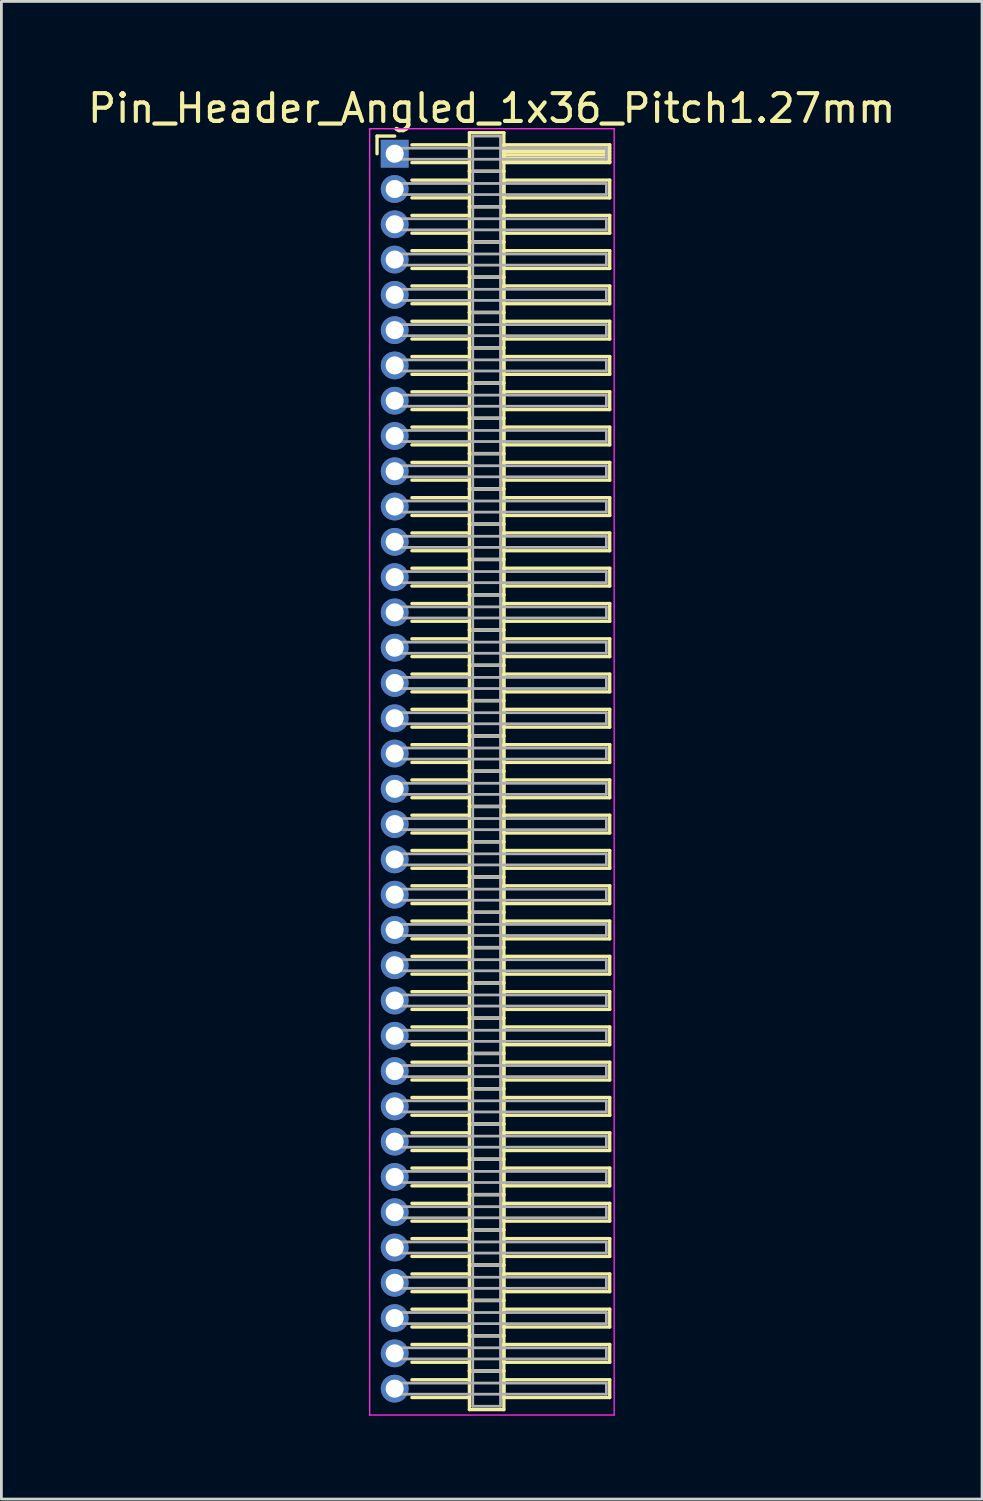
<source format=kicad_pcb>
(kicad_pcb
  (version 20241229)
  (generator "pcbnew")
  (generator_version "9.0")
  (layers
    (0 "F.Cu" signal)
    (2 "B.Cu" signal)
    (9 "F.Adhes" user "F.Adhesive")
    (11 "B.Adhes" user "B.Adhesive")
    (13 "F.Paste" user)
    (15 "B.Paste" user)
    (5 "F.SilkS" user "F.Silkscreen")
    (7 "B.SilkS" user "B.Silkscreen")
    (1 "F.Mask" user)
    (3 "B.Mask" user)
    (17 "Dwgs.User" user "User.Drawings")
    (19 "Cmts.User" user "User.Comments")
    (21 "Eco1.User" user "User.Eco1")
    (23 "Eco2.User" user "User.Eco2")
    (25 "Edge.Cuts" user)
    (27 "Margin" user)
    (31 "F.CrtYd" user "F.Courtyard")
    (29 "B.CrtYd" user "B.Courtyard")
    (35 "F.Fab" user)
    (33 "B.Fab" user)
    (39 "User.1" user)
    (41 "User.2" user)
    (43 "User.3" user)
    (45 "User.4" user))
  (footprint "Pin_Header_Angled_1x36_Pitch1.27mm"
    (layer "F.Cu")
    (at 11.156 2.483)
    (property "Reference" "Pin_Header_Angled_1x36_Pitch1.27mm" (at 3.493 -1.635 0) (layer "F.SilkS") (effects (font (size 1 1) (thickness 0.15))))
    (attr through_hole)
    (fp_line (start -0.635 -0.635) (end 0 -0.635) (stroke (width 0.12) (type solid)) (layer "F.SilkS"))
    (fp_line (start -0.635 0) (end -0.635 -0.635) (stroke (width 0.12) (type solid)) (layer "F.SilkS"))
    (fp_line (start 0.62 -0.32) (end 2.69 -0.32) (stroke (width 0.12) (type solid)) (layer "F.SilkS"))
    (fp_line (start 0.62 0.32) (end 2.69 0.32) (stroke (width 0.12) (type solid)) (layer "F.SilkS"))
    (fp_line (start 0.62 0.95) (end 2.69 0.95) (stroke (width 0.12) (type solid)) (layer "F.SilkS"))
    (fp_line (start 0.62 1.59) (end 2.69 1.59) (stroke (width 0.12) (type solid)) (layer "F.SilkS"))
    (fp_line (start 0.62 2.22) (end 2.69 2.22) (stroke (width 0.12) (type solid)) (layer "F.SilkS"))
    (fp_line (start 0.62 2.86) (end 2.69 2.86) (stroke (width 0.12) (type solid)) (layer "F.SilkS"))
    (fp_line (start 0.62 3.49) (end 2.69 3.49) (stroke (width 0.12) (type solid)) (layer "F.SilkS"))
    (fp_line (start 0.62 4.13) (end 2.69 4.13) (stroke (width 0.12) (type solid)) (layer "F.SilkS"))
    (fp_line (start 0.62 4.76) (end 2.69 4.76) (stroke (width 0.12) (type solid)) (layer "F.SilkS"))
    (fp_line (start 0.62 5.4) (end 2.69 5.4) (stroke (width 0.12) (type solid)) (layer "F.SilkS"))
    (fp_line (start 0.62 6.03) (end 2.69 6.03) (stroke (width 0.12) (type solid)) (layer "F.SilkS"))
    (fp_line (start 0.62 6.67) (end 2.69 6.67) (stroke (width 0.12) (type solid)) (layer "F.SilkS"))
    (fp_line (start 0.62 7.3) (end 2.69 7.3) (stroke (width 0.12) (type solid)) (layer "F.SilkS"))
    (fp_line (start 0.62 7.94) (end 2.69 7.94) (stroke (width 0.12) (type solid)) (layer "F.SilkS"))
    (fp_line (start 0.62 8.57) (end 2.69 8.57) (stroke (width 0.12) (type solid)) (layer "F.SilkS"))
    (fp_line (start 0.62 9.21) (end 2.69 9.21) (stroke (width 0.12) (type solid)) (layer "F.SilkS"))
    (fp_line (start 0.62 9.84) (end 2.69 9.84) (stroke (width 0.12) (type solid)) (layer "F.SilkS"))
    (fp_line (start 0.62 10.48) (end 2.69 10.48) (stroke (width 0.12) (type solid)) (layer "F.SilkS"))
    (fp_line (start 0.62 11.11) (end 2.69 11.11) (stroke (width 0.12) (type solid)) (layer "F.SilkS"))
    (fp_line (start 0.62 11.75) (end 2.69 11.75) (stroke (width 0.12) (type solid)) (layer "F.SilkS"))
    (fp_line (start 0.62 12.38) (end 2.69 12.38) (stroke (width 0.12) (type solid)) (layer "F.SilkS"))
    (fp_line (start 0.62 13.02) (end 2.69 13.02) (stroke (width 0.12) (type solid)) (layer "F.SilkS"))
    (fp_line (start 0.62 13.65) (end 2.69 13.65) (stroke (width 0.12) (type solid)) (layer "F.SilkS"))
    (fp_line (start 0.62 14.29) (end 2.69 14.29) (stroke (width 0.12) (type solid)) (layer "F.SilkS"))
    (fp_line (start 0.62 14.92) (end 2.69 14.92) (stroke (width 0.12) (type solid)) (layer "F.SilkS"))
    (fp_line (start 0.62 15.56) (end 2.69 15.56) (stroke (width 0.12) (type solid)) (layer "F.SilkS"))
    (fp_line (start 0.62 16.19) (end 2.69 16.19) (stroke (width 0.12) (type solid)) (layer "F.SilkS"))
    (fp_line (start 0.62 16.83) (end 2.69 16.83) (stroke (width 0.12) (type solid)) (layer "F.SilkS"))
    (fp_line (start 0.62 17.46) (end 2.69 17.46) (stroke (width 0.12) (type solid)) (layer "F.SilkS"))
    (fp_line (start 0.62 18.1) (end 2.69 18.1) (stroke (width 0.12) (type solid)) (layer "F.SilkS"))
    (fp_line (start 0.62 18.73) (end 2.69 18.73) (stroke (width 0.12) (type solid)) (layer "F.SilkS"))
    (fp_line (start 0.62 19.37) (end 2.69 19.37) (stroke (width 0.12) (type solid)) (layer "F.SilkS"))
    (fp_line (start 0.62 20) (end 2.69 20) (stroke (width 0.12) (type solid)) (layer "F.SilkS"))
    (fp_line (start 0.62 20.64) (end 2.69 20.64) (stroke (width 0.12) (type solid)) (layer "F.SilkS"))
    (fp_line (start 0.62 21.27) (end 2.69 21.27) (stroke (width 0.12) (type solid)) (layer "F.SilkS"))
    (fp_line (start 0.62 21.91) (end 2.69 21.91) (stroke (width 0.12) (type solid)) (layer "F.SilkS"))
    (fp_line (start 0.62 22.54) (end 2.69 22.54) (stroke (width 0.12) (type solid)) (layer "F.SilkS"))
    (fp_line (start 0.62 23.18) (end 2.69 23.18) (stroke (width 0.12) (type solid)) (layer "F.SilkS"))
    (fp_line (start 0.62 23.81) (end 2.69 23.81) (stroke (width 0.12) (type solid)) (layer "F.SilkS"))
    (fp_line (start 0.62 24.45) (end 2.69 24.45) (stroke (width 0.12) (type solid)) (layer "F.SilkS"))
    (fp_line (start 0.62 25.08) (end 2.69 25.08) (stroke (width 0.12) (type solid)) (layer "F.SilkS"))
    (fp_line (start 0.62 25.72) (end 2.69 25.72) (stroke (width 0.12) (type solid)) (layer "F.SilkS"))
    (fp_line (start 0.62 26.35) (end 2.69 26.35) (stroke (width 0.12) (type solid)) (layer "F.SilkS"))
    (fp_line (start 0.62 26.99) (end 2.69 26.99) (stroke (width 0.12) (type solid)) (layer "F.SilkS"))
    (fp_line (start 0.62 27.62) (end 2.69 27.62) (stroke (width 0.12) (type solid)) (layer "F.SilkS"))
    (fp_line (start 0.62 28.26) (end 2.69 28.26) (stroke (width 0.12) (type solid)) (layer "F.SilkS"))
    (fp_line (start 0.62 28.89) (end 2.69 28.89) (stroke (width 0.12) (type solid)) (layer "F.SilkS"))
    (fp_line (start 0.62 29.53) (end 2.69 29.53) (stroke (width 0.12) (type solid)) (layer "F.SilkS"))
    (fp_line (start 0.62 30.16) (end 2.69 30.16) (stroke (width 0.12) (type solid)) (layer "F.SilkS"))
    (fp_line (start 0.62 30.8) (end 2.69 30.8) (stroke (width 0.12) (type solid)) (layer "F.SilkS"))
    (fp_line (start 0.62 31.43) (end 2.69 31.43) (stroke (width 0.12) (type solid)) (layer "F.SilkS"))
    (fp_line (start 0.62 32.07) (end 2.69 32.07) (stroke (width 0.12) (type solid)) (layer "F.SilkS"))
    (fp_line (start 0.62 32.7) (end 2.69 32.7) (stroke (width 0.12) (type solid)) (layer "F.SilkS"))
    (fp_line (start 0.62 33.34) (end 2.69 33.34) (stroke (width 0.12) (type solid)) (layer "F.SilkS"))
    (fp_line (start 0.62 33.97) (end 2.69 33.97) (stroke (width 0.12) (type solid)) (layer "F.SilkS"))
    (fp_line (start 0.62 34.61) (end 2.69 34.61) (stroke (width 0.12) (type solid)) (layer "F.SilkS"))
    (fp_line (start 0.62 35.24) (end 2.69 35.24) (stroke (width 0.12) (type solid)) (layer "F.SilkS"))
    (fp_line (start 0.62 35.88) (end 2.69 35.88) (stroke (width 0.12) (type solid)) (layer "F.SilkS"))
    (fp_line (start 0.62 36.51) (end 2.69 36.51) (stroke (width 0.12) (type solid)) (layer "F.SilkS"))
    (fp_line (start 0.62 37.15) (end 2.69 37.15) (stroke (width 0.12) (type solid)) (layer "F.SilkS"))
    (fp_line (start 0.62 37.78) (end 2.69 37.78) (stroke (width 0.12) (type solid)) (layer "F.SilkS"))
    (fp_line (start 0.62 38.42) (end 2.69 38.42) (stroke (width 0.12) (type solid)) (layer "F.SilkS"))
    (fp_line (start 0.62 39.05) (end 2.69 39.05) (stroke (width 0.12) (type solid)) (layer "F.SilkS"))
    (fp_line (start 0.62 39.69) (end 2.69 39.69) (stroke (width 0.12) (type solid)) (layer "F.SilkS"))
    (fp_line (start 0.62 40.32) (end 2.69 40.32) (stroke (width 0.12) (type solid)) (layer "F.SilkS"))
    (fp_line (start 0.62 40.96) (end 2.69 40.96) (stroke (width 0.12) (type solid)) (layer "F.SilkS"))
    (fp_line (start 0.62 41.59) (end 2.69 41.59) (stroke (width 0.12) (type solid)) (layer "F.SilkS"))
    (fp_line (start 0.62 42.23) (end 2.69 42.23) (stroke (width 0.12) (type solid)) (layer "F.SilkS"))
    (fp_line (start 0.62 42.86) (end 2.69 42.86) (stroke (width 0.12) (type solid)) (layer "F.SilkS"))
    (fp_line (start 0.62 43.5) (end 2.69 43.5) (stroke (width 0.12) (type solid)) (layer "F.SilkS"))
    (fp_line (start 0.62 44.13) (end 2.69 44.13) (stroke (width 0.12) (type solid)) (layer "F.SilkS"))
    (fp_line (start 0.62 44.77) (end 2.69 44.77) (stroke (width 0.12) (type solid)) (layer "F.SilkS"))
    (fp_line (start 2.69 -0.755) (end 2.69 0.635) (stroke (width 0.12) (type solid)) (layer "F.SilkS"))
    (fp_line (start 2.69 0.635) (end 2.69 1.905) (stroke (width 0.12) (type solid)) (layer "F.SilkS"))
    (fp_line (start 2.69 0.635) (end 3.93 0.635) (stroke (width 0.12) (type solid)) (layer "F.SilkS"))
    (fp_line (start 2.69 1.905) (end 2.69 3.175) (stroke (width 0.12) (type solid)) (layer "F.SilkS"))
    (fp_line (start 2.69 1.905) (end 3.93 1.905) (stroke (width 0.12) (type solid)) (layer "F.SilkS"))
    (fp_line (start 2.69 3.175) (end 2.69 4.445) (stroke (width 0.12) (type solid)) (layer "F.SilkS"))
    (fp_line (start 2.69 3.175) (end 3.93 3.175) (stroke (width 0.12) (type solid)) (layer "F.SilkS"))
    (fp_line (start 2.69 4.445) (end 2.69 5.715) (stroke (width 0.12) (type solid)) (layer "F.SilkS"))
    (fp_line (start 2.69 4.445) (end 3.93 4.445) (stroke (width 0.12) (type solid)) (layer "F.SilkS"))
    (fp_line (start 2.69 5.715) (end 2.69 6.985) (stroke (width 0.12) (type solid)) (layer "F.SilkS"))
    (fp_line (start 2.69 5.715) (end 3.93 5.715) (stroke (width 0.12) (type solid)) (layer "F.SilkS"))
    (fp_line (start 2.69 6.985) (end 2.69 8.255) (stroke (width 0.12) (type solid)) (layer "F.SilkS"))
    (fp_line (start 2.69 6.985) (end 3.93 6.985) (stroke (width 0.12) (type solid)) (layer "F.SilkS"))
    (fp_line (start 2.69 8.255) (end 2.69 9.525) (stroke (width 0.12) (type solid)) (layer "F.SilkS"))
    (fp_line (start 2.69 8.255) (end 3.93 8.255) (stroke (width 0.12) (type solid)) (layer "F.SilkS"))
    (fp_line (start 2.69 9.525) (end 2.69 10.795) (stroke (width 0.12) (type solid)) (layer "F.SilkS"))
    (fp_line (start 2.69 9.525) (end 3.93 9.525) (stroke (width 0.12) (type solid)) (layer "F.SilkS"))
    (fp_line (start 2.69 10.795) (end 2.69 12.065) (stroke (width 0.12) (type solid)) (layer "F.SilkS"))
    (fp_line (start 2.69 10.795) (end 3.93 10.795) (stroke (width 0.12) (type solid)) (layer "F.SilkS"))
    (fp_line (start 2.69 12.065) (end 2.69 13.335) (stroke (width 0.12) (type solid)) (layer "F.SilkS"))
    (fp_line (start 2.69 12.065) (end 3.93 12.065) (stroke (width 0.12) (type solid)) (layer "F.SilkS"))
    (fp_line (start 2.69 13.335) (end 2.69 14.605) (stroke (width 0.12) (type solid)) (layer "F.SilkS"))
    (fp_line (start 2.69 13.335) (end 3.93 13.335) (stroke (width 0.12) (type solid)) (layer "F.SilkS"))
    (fp_line (start 2.69 14.605) (end 2.69 15.875) (stroke (width 0.12) (type solid)) (layer "F.SilkS"))
    (fp_line (start 2.69 14.605) (end 3.93 14.605) (stroke (width 0.12) (type solid)) (layer "F.SilkS"))
    (fp_line (start 2.69 15.875) (end 2.69 17.145) (stroke (width 0.12) (type solid)) (layer "F.SilkS"))
    (fp_line (start 2.69 15.875) (end 3.93 15.875) (stroke (width 0.12) (type solid)) (layer "F.SilkS"))
    (fp_line (start 2.69 17.145) (end 2.69 18.415) (stroke (width 0.12) (type solid)) (layer "F.SilkS"))
    (fp_line (start 2.69 17.145) (end 3.93 17.145) (stroke (width 0.12) (type solid)) (layer "F.SilkS"))
    (fp_line (start 2.69 18.415) (end 2.69 19.685) (stroke (width 0.12) (type solid)) (layer "F.SilkS"))
    (fp_line (start 2.69 18.415) (end 3.93 18.415) (stroke (width 0.12) (type solid)) (layer "F.SilkS"))
    (fp_line (start 2.69 19.685) (end 2.69 20.955) (stroke (width 0.12) (type solid)) (layer "F.SilkS"))
    (fp_line (start 2.69 19.685) (end 3.93 19.685) (stroke (width 0.12) (type solid)) (layer "F.SilkS"))
    (fp_line (start 2.69 20.955) (end 2.69 22.225) (stroke (width 0.12) (type solid)) (layer "F.SilkS"))
    (fp_line (start 2.69 20.955) (end 3.93 20.955) (stroke (width 0.12) (type solid)) (layer "F.SilkS"))
    (fp_line (start 2.69 22.225) (end 2.69 23.495) (stroke (width 0.12) (type solid)) (layer "F.SilkS"))
    (fp_line (start 2.69 22.225) (end 3.93 22.225) (stroke (width 0.12) (type solid)) (layer "F.SilkS"))
    (fp_line (start 2.69 23.495) (end 2.69 24.765) (stroke (width 0.12) (type solid)) (layer "F.SilkS"))
    (fp_line (start 2.69 23.495) (end 3.93 23.495) (stroke (width 0.12) (type solid)) (layer "F.SilkS"))
    (fp_line (start 2.69 24.765) (end 2.69 26.035) (stroke (width 0.12) (type solid)) (layer "F.SilkS"))
    (fp_line (start 2.69 24.765) (end 3.93 24.765) (stroke (width 0.12) (type solid)) (layer "F.SilkS"))
    (fp_line (start 2.69 26.035) (end 2.69 27.305) (stroke (width 0.12) (type solid)) (layer "F.SilkS"))
    (fp_line (start 2.69 26.035) (end 3.93 26.035) (stroke (width 0.12) (type solid)) (layer "F.SilkS"))
    (fp_line (start 2.69 27.305) (end 2.69 28.575) (stroke (width 0.12) (type solid)) (layer "F.SilkS"))
    (fp_line (start 2.69 27.305) (end 3.93 27.305) (stroke (width 0.12) (type solid)) (layer "F.SilkS"))
    (fp_line (start 2.69 28.575) (end 2.69 29.845) (stroke (width 0.12) (type solid)) (layer "F.SilkS"))
    (fp_line (start 2.69 28.575) (end 3.93 28.575) (stroke (width 0.12) (type solid)) (layer "F.SilkS"))
    (fp_line (start 2.69 29.845) (end 2.69 31.115) (stroke (width 0.12) (type solid)) (layer "F.SilkS"))
    (fp_line (start 2.69 29.845) (end 3.93 29.845) (stroke (width 0.12) (type solid)) (layer "F.SilkS"))
    (fp_line (start 2.69 31.115) (end 2.69 32.385) (stroke (width 0.12) (type solid)) (layer "F.SilkS"))
    (fp_line (start 2.69 31.115) (end 3.93 31.115) (stroke (width 0.12) (type solid)) (layer "F.SilkS"))
    (fp_line (start 2.69 32.385) (end 2.69 33.655) (stroke (width 0.12) (type solid)) (layer "F.SilkS"))
    (fp_line (start 2.69 32.385) (end 3.93 32.385) (stroke (width 0.12) (type solid)) (layer "F.SilkS"))
    (fp_line (start 2.69 33.655) (end 2.69 34.925) (stroke (width 0.12) (type solid)) (layer "F.SilkS"))
    (fp_line (start 2.69 33.655) (end 3.93 33.655) (stroke (width 0.12) (type solid)) (layer "F.SilkS"))
    (fp_line (start 2.69 34.925) (end 2.69 36.195) (stroke (width 0.12) (type solid)) (layer "F.SilkS"))
    (fp_line (start 2.69 34.925) (end 3.93 34.925) (stroke (width 0.12) (type solid)) (layer "F.SilkS"))
    (fp_line (start 2.69 36.195) (end 2.69 37.465) (stroke (width 0.12) (type solid)) (layer "F.SilkS"))
    (fp_line (start 2.69 36.195) (end 3.93 36.195) (stroke (width 0.12) (type solid)) (layer "F.SilkS"))
    (fp_line (start 2.69 37.465) (end 2.69 38.735) (stroke (width 0.12) (type solid)) (layer "F.SilkS"))
    (fp_line (start 2.69 37.465) (end 3.93 37.465) (stroke (width 0.12) (type solid)) (layer "F.SilkS"))
    (fp_line (start 2.69 38.735) (end 2.69 40.005) (stroke (width 0.12) (type solid)) (layer "F.SilkS"))
    (fp_line (start 2.69 38.735) (end 3.93 38.735) (stroke (width 0.12) (type solid)) (layer "F.SilkS"))
    (fp_line (start 2.69 40.005) (end 2.69 41.275) (stroke (width 0.12) (type solid)) (layer "F.SilkS"))
    (fp_line (start 2.69 40.005) (end 3.93 40.005) (stroke (width 0.12) (type solid)) (layer "F.SilkS"))
    (fp_line (start 2.69 41.275) (end 2.69 42.545) (stroke (width 0.12) (type solid)) (layer "F.SilkS"))
    (fp_line (start 2.69 41.275) (end 3.93 41.275) (stroke (width 0.12) (type solid)) (layer "F.SilkS"))
    (fp_line (start 2.69 42.545) (end 2.69 43.815) (stroke (width 0.12) (type solid)) (layer "F.SilkS"))
    (fp_line (start 2.69 42.545) (end 3.93 42.545) (stroke (width 0.12) (type solid)) (layer "F.SilkS"))
    (fp_line (start 2.69 43.815) (end 2.69 45.205) (stroke (width 0.12) (type solid)) (layer "F.SilkS"))
    (fp_line (start 2.69 43.815) (end 3.93 43.815) (stroke (width 0.12) (type solid)) (layer "F.SilkS"))
    (fp_line (start 2.69 45.205) (end 3.93 45.205) (stroke (width 0.12) (type solid)) (layer "F.SilkS"))
    (fp_line (start 3.93 -0.755) (end 2.69 -0.755) (stroke (width 0.12) (type solid)) (layer "F.SilkS"))
    (fp_line (start 3.93 -0.32) (end 3.93 0.32) (stroke (width 0.12) (type solid)) (layer "F.SilkS"))
    (fp_line (start 3.93 -0.2) (end 7.74 -0.2) (stroke (width 0.12) (type solid)) (layer "F.SilkS"))
    (fp_line (start 3.93 -0.08) (end 7.74 -0.08) (stroke (width 0.12) (type solid)) (layer "F.SilkS"))
    (fp_line (start 3.93 0.04) (end 7.74 0.04) (stroke (width 0.12) (type solid)) (layer "F.SilkS"))
    (fp_line (start 3.93 0.16) (end 7.74 0.16) (stroke (width 0.12) (type solid)) (layer "F.SilkS"))
    (fp_line (start 3.93 0.28) (end 7.74 0.28) (stroke (width 0.12) (type solid)) (layer "F.SilkS"))
    (fp_line (start 3.93 0.32) (end 7.74 0.32) (stroke (width 0.12) (type solid)) (layer "F.SilkS"))
    (fp_line (start 3.93 0.635) (end 2.69 0.635) (stroke (width 0.12) (type solid)) (layer "F.SilkS"))
    (fp_line (start 3.93 0.635) (end 3.93 -0.755) (stroke (width 0.12) (type solid)) (layer "F.SilkS"))
    (fp_line (start 3.93 0.95) (end 3.93 1.59) (stroke (width 0.12) (type solid)) (layer "F.SilkS"))
    (fp_line (start 3.93 1.59) (end 7.74 1.59) (stroke (width 0.12) (type solid)) (layer "F.SilkS"))
    (fp_line (start 3.93 1.905) (end 2.69 1.905) (stroke (width 0.12) (type solid)) (layer "F.SilkS"))
    (fp_line (start 3.93 1.905) (end 3.93 0.635) (stroke (width 0.12) (type solid)) (layer "F.SilkS"))
    (fp_line (start 3.93 2.22) (end 3.93 2.86) (stroke (width 0.12) (type solid)) (layer "F.SilkS"))
    (fp_line (start 3.93 2.86) (end 7.74 2.86) (stroke (width 0.12) (type solid)) (layer "F.SilkS"))
    (fp_line (start 3.93 3.175) (end 2.69 3.175) (stroke (width 0.12) (type solid)) (layer "F.SilkS"))
    (fp_line (start 3.93 3.175) (end 3.93 1.905) (stroke (width 0.12) (type solid)) (layer "F.SilkS"))
    (fp_line (start 3.93 3.49) (end 3.93 4.13) (stroke (width 0.12) (type solid)) (layer "F.SilkS"))
    (fp_line (start 3.93 4.13) (end 7.74 4.13) (stroke (width 0.12) (type solid)) (layer "F.SilkS"))
    (fp_line (start 3.93 4.445) (end 2.69 4.445) (stroke (width 0.12) (type solid)) (layer "F.SilkS"))
    (fp_line (start 3.93 4.445) (end 3.93 3.175) (stroke (width 0.12) (type solid)) (layer "F.SilkS"))
    (fp_line (start 3.93 4.76) (end 3.93 5.4) (stroke (width 0.12) (type solid)) (layer "F.SilkS"))
    (fp_line (start 3.93 5.4) (end 7.74 5.4) (stroke (width 0.12) (type solid)) (layer "F.SilkS"))
    (fp_line (start 3.93 5.715) (end 2.69 5.715) (stroke (width 0.12) (type solid)) (layer "F.SilkS"))
    (fp_line (start 3.93 5.715) (end 3.93 4.445) (stroke (width 0.12) (type solid)) (layer "F.SilkS"))
    (fp_line (start 3.93 6.03) (end 3.93 6.67) (stroke (width 0.12) (type solid)) (layer "F.SilkS"))
    (fp_line (start 3.93 6.67) (end 7.74 6.67) (stroke (width 0.12) (type solid)) (layer "F.SilkS"))
    (fp_line (start 3.93 6.985) (end 2.69 6.985) (stroke (width 0.12) (type solid)) (layer "F.SilkS"))
    (fp_line (start 3.93 6.985) (end 3.93 5.715) (stroke (width 0.12) (type solid)) (layer "F.SilkS"))
    (fp_line (start 3.93 7.3) (end 3.93 7.94) (stroke (width 0.12) (type solid)) (layer "F.SilkS"))
    (fp_line (start 3.93 7.94) (end 7.74 7.94) (stroke (width 0.12) (type solid)) (layer "F.SilkS"))
    (fp_line (start 3.93 8.255) (end 2.69 8.255) (stroke (width 0.12) (type solid)) (layer "F.SilkS"))
    (fp_line (start 3.93 8.255) (end 3.93 6.985) (stroke (width 0.12) (type solid)) (layer "F.SilkS"))
    (fp_line (start 3.93 8.57) (end 3.93 9.21) (stroke (width 0.12) (type solid)) (layer "F.SilkS"))
    (fp_line (start 3.93 9.21) (end 7.74 9.21) (stroke (width 0.12) (type solid)) (layer "F.SilkS"))
    (fp_line (start 3.93 9.525) (end 2.69 9.525) (stroke (width 0.12) (type solid)) (layer "F.SilkS"))
    (fp_line (start 3.93 9.525) (end 3.93 8.255) (stroke (width 0.12) (type solid)) (layer "F.SilkS"))
    (fp_line (start 3.93 9.84) (end 3.93 10.48) (stroke (width 0.12) (type solid)) (layer "F.SilkS"))
    (fp_line (start 3.93 10.48) (end 7.74 10.48) (stroke (width 0.12) (type solid)) (layer "F.SilkS"))
    (fp_line (start 3.93 10.795) (end 2.69 10.795) (stroke (width 0.12) (type solid)) (layer "F.SilkS"))
    (fp_line (start 3.93 10.795) (end 3.93 9.525) (stroke (width 0.12) (type solid)) (layer "F.SilkS"))
    (fp_line (start 3.93 11.11) (end 3.93 11.75) (stroke (width 0.12) (type solid)) (layer "F.SilkS"))
    (fp_line (start 3.93 11.75) (end 7.74 11.75) (stroke (width 0.12) (type solid)) (layer "F.SilkS"))
    (fp_line (start 3.93 12.065) (end 2.69 12.065) (stroke (width 0.12) (type solid)) (layer "F.SilkS"))
    (fp_line (start 3.93 12.065) (end 3.93 10.795) (stroke (width 0.12) (type solid)) (layer "F.SilkS"))
    (fp_line (start 3.93 12.38) (end 3.93 13.02) (stroke (width 0.12) (type solid)) (layer "F.SilkS"))
    (fp_line (start 3.93 13.02) (end 7.74 13.02) (stroke (width 0.12) (type solid)) (layer "F.SilkS"))
    (fp_line (start 3.93 13.335) (end 2.69 13.335) (stroke (width 0.12) (type solid)) (layer "F.SilkS"))
    (fp_line (start 3.93 13.335) (end 3.93 12.065) (stroke (width 0.12) (type solid)) (layer "F.SilkS"))
    (fp_line (start 3.93 13.65) (end 3.93 14.29) (stroke (width 0.12) (type solid)) (layer "F.SilkS"))
    (fp_line (start 3.93 14.29) (end 7.74 14.29) (stroke (width 0.12) (type solid)) (layer "F.SilkS"))
    (fp_line (start 3.93 14.605) (end 2.69 14.605) (stroke (width 0.12) (type solid)) (layer "F.SilkS"))
    (fp_line (start 3.93 14.605) (end 3.93 13.335) (stroke (width 0.12) (type solid)) (layer "F.SilkS"))
    (fp_line (start 3.93 14.92) (end 3.93 15.56) (stroke (width 0.12) (type solid)) (layer "F.SilkS"))
    (fp_line (start 3.93 15.56) (end 7.74 15.56) (stroke (width 0.12) (type solid)) (layer "F.SilkS"))
    (fp_line (start 3.93 15.875) (end 2.69 15.875) (stroke (width 0.12) (type solid)) (layer "F.SilkS"))
    (fp_line (start 3.93 15.875) (end 3.93 14.605) (stroke (width 0.12) (type solid)) (layer "F.SilkS"))
    (fp_line (start 3.93 16.19) (end 3.93 16.83) (stroke (width 0.12) (type solid)) (layer "F.SilkS"))
    (fp_line (start 3.93 16.83) (end 7.74 16.83) (stroke (width 0.12) (type solid)) (layer "F.SilkS"))
    (fp_line (start 3.93 17.145) (end 2.69 17.145) (stroke (width 0.12) (type solid)) (layer "F.SilkS"))
    (fp_line (start 3.93 17.145) (end 3.93 15.875) (stroke (width 0.12) (type solid)) (layer "F.SilkS"))
    (fp_line (start 3.93 17.46) (end 3.93 18.1) (stroke (width 0.12) (type solid)) (layer "F.SilkS"))
    (fp_line (start 3.93 18.1) (end 7.74 18.1) (stroke (width 0.12) (type solid)) (layer "F.SilkS"))
    (fp_line (start 3.93 18.415) (end 2.69 18.415) (stroke (width 0.12) (type solid)) (layer "F.SilkS"))
    (fp_line (start 3.93 18.415) (end 3.93 17.145) (stroke (width 0.12) (type solid)) (layer "F.SilkS"))
    (fp_line (start 3.93 18.73) (end 3.93 19.37) (stroke (width 0.12) (type solid)) (layer "F.SilkS"))
    (fp_line (start 3.93 19.37) (end 7.74 19.37) (stroke (width 0.12) (type solid)) (layer "F.SilkS"))
    (fp_line (start 3.93 19.685) (end 2.69 19.685) (stroke (width 0.12) (type solid)) (layer "F.SilkS"))
    (fp_line (start 3.93 19.685) (end 3.93 18.415) (stroke (width 0.12) (type solid)) (layer "F.SilkS"))
    (fp_line (start 3.93 20) (end 3.93 20.64) (stroke (width 0.12) (type solid)) (layer "F.SilkS"))
    (fp_line (start 3.93 20.64) (end 7.74 20.64) (stroke (width 0.12) (type solid)) (layer "F.SilkS"))
    (fp_line (start 3.93 20.955) (end 2.69 20.955) (stroke (width 0.12) (type solid)) (layer "F.SilkS"))
    (fp_line (start 3.93 20.955) (end 3.93 19.685) (stroke (width 0.12) (type solid)) (layer "F.SilkS"))
    (fp_line (start 3.93 21.27) (end 3.93 21.91) (stroke (width 0.12) (type solid)) (layer "F.SilkS"))
    (fp_line (start 3.93 21.91) (end 7.74 21.91) (stroke (width 0.12) (type solid)) (layer "F.SilkS"))
    (fp_line (start 3.93 22.225) (end 2.69 22.225) (stroke (width 0.12) (type solid)) (layer "F.SilkS"))
    (fp_line (start 3.93 22.225) (end 3.93 20.955) (stroke (width 0.12) (type solid)) (layer "F.SilkS"))
    (fp_line (start 3.93 22.54) (end 3.93 23.18) (stroke (width 0.12) (type solid)) (layer "F.SilkS"))
    (fp_line (start 3.93 23.18) (end 7.74 23.18) (stroke (width 0.12) (type solid)) (layer "F.SilkS"))
    (fp_line (start 3.93 23.495) (end 2.69 23.495) (stroke (width 0.12) (type solid)) (layer "F.SilkS"))
    (fp_line (start 3.93 23.495) (end 3.93 22.225) (stroke (width 0.12) (type solid)) (layer "F.SilkS"))
    (fp_line (start 3.93 23.81) (end 3.93 24.45) (stroke (width 0.12) (type solid)) (layer "F.SilkS"))
    (fp_line (start 3.93 24.45) (end 7.74 24.45) (stroke (width 0.12) (type solid)) (layer "F.SilkS"))
    (fp_line (start 3.93 24.765) (end 2.69 24.765) (stroke (width 0.12) (type solid)) (layer "F.SilkS"))
    (fp_line (start 3.93 24.765) (end 3.93 23.495) (stroke (width 0.12) (type solid)) (layer "F.SilkS"))
    (fp_line (start 3.93 25.08) (end 3.93 25.72) (stroke (width 0.12) (type solid)) (layer "F.SilkS"))
    (fp_line (start 3.93 25.72) (end 7.74 25.72) (stroke (width 0.12) (type solid)) (layer "F.SilkS"))
    (fp_line (start 3.93 26.035) (end 2.69 26.035) (stroke (width 0.12) (type solid)) (layer "F.SilkS"))
    (fp_line (start 3.93 26.035) (end 3.93 24.765) (stroke (width 0.12) (type solid)) (layer "F.SilkS"))
    (fp_line (start 3.93 26.35) (end 3.93 26.99) (stroke (width 0.12) (type solid)) (layer "F.SilkS"))
    (fp_line (start 3.93 26.99) (end 7.74 26.99) (stroke (width 0.12) (type solid)) (layer "F.SilkS"))
    (fp_line (start 3.93 27.305) (end 2.69 27.305) (stroke (width 0.12) (type solid)) (layer "F.SilkS"))
    (fp_line (start 3.93 27.305) (end 3.93 26.035) (stroke (width 0.12) (type solid)) (layer "F.SilkS"))
    (fp_line (start 3.93 27.62) (end 3.93 28.26) (stroke (width 0.12) (type solid)) (layer "F.SilkS"))
    (fp_line (start 3.93 28.26) (end 7.74 28.26) (stroke (width 0.12) (type solid)) (layer "F.SilkS"))
    (fp_line (start 3.93 28.575) (end 2.69 28.575) (stroke (width 0.12) (type solid)) (layer "F.SilkS"))
    (fp_line (start 3.93 28.575) (end 3.93 27.305) (stroke (width 0.12) (type solid)) (layer "F.SilkS"))
    (fp_line (start 3.93 28.89) (end 3.93 29.53) (stroke (width 0.12) (type solid)) (layer "F.SilkS"))
    (fp_line (start 3.93 29.53) (end 7.74 29.53) (stroke (width 0.12) (type solid)) (layer "F.SilkS"))
    (fp_line (start 3.93 29.845) (end 2.69 29.845) (stroke (width 0.12) (type solid)) (layer "F.SilkS"))
    (fp_line (start 3.93 29.845) (end 3.93 28.575) (stroke (width 0.12) (type solid)) (layer "F.SilkS"))
    (fp_line (start 3.93 30.16) (end 3.93 30.8) (stroke (width 0.12) (type solid)) (layer "F.SilkS"))
    (fp_line (start 3.93 30.8) (end 7.74 30.8) (stroke (width 0.12) (type solid)) (layer "F.SilkS"))
    (fp_line (start 3.93 31.115) (end 2.69 31.115) (stroke (width 0.12) (type solid)) (layer "F.SilkS"))
    (fp_line (start 3.93 31.115) (end 3.93 29.845) (stroke (width 0.12) (type solid)) (layer "F.SilkS"))
    (fp_line (start 3.93 31.43) (end 3.93 32.07) (stroke (width 0.12) (type solid)) (layer "F.SilkS"))
    (fp_line (start 3.93 32.07) (end 7.74 32.07) (stroke (width 0.12) (type solid)) (layer "F.SilkS"))
    (fp_line (start 3.93 32.385) (end 2.69 32.385) (stroke (width 0.12) (type solid)) (layer "F.SilkS"))
    (fp_line (start 3.93 32.385) (end 3.93 31.115) (stroke (width 0.12) (type solid)) (layer "F.SilkS"))
    (fp_line (start 3.93 32.7) (end 3.93 33.34) (stroke (width 0.12) (type solid)) (layer "F.SilkS"))
    (fp_line (start 3.93 33.34) (end 7.74 33.34) (stroke (width 0.12) (type solid)) (layer "F.SilkS"))
    (fp_line (start 3.93 33.655) (end 2.69 33.655) (stroke (width 0.12) (type solid)) (layer "F.SilkS"))
    (fp_line (start 3.93 33.655) (end 3.93 32.385) (stroke (width 0.12) (type solid)) (layer "F.SilkS"))
    (fp_line (start 3.93 33.97) (end 3.93 34.61) (stroke (width 0.12) (type solid)) (layer "F.SilkS"))
    (fp_line (start 3.93 34.61) (end 7.74 34.61) (stroke (width 0.12) (type solid)) (layer "F.SilkS"))
    (fp_line (start 3.93 34.925) (end 2.69 34.925) (stroke (width 0.12) (type solid)) (layer "F.SilkS"))
    (fp_line (start 3.93 34.925) (end 3.93 33.655) (stroke (width 0.12) (type solid)) (layer "F.SilkS"))
    (fp_line (start 3.93 35.24) (end 3.93 35.88) (stroke (width 0.12) (type solid)) (layer "F.SilkS"))
    (fp_line (start 3.93 35.88) (end 7.74 35.88) (stroke (width 0.12) (type solid)) (layer "F.SilkS"))
    (fp_line (start 3.93 36.195) (end 2.69 36.195) (stroke (width 0.12) (type solid)) (layer "F.SilkS"))
    (fp_line (start 3.93 36.195) (end 3.93 34.925) (stroke (width 0.12) (type solid)) (layer "F.SilkS"))
    (fp_line (start 3.93 36.51) (end 3.93 37.15) (stroke (width 0.12) (type solid)) (layer "F.SilkS"))
    (fp_line (start 3.93 37.15) (end 7.74 37.15) (stroke (width 0.12) (type solid)) (layer "F.SilkS"))
    (fp_line (start 3.93 37.465) (end 2.69 37.465) (stroke (width 0.12) (type solid)) (layer "F.SilkS"))
    (fp_line (start 3.93 37.465) (end 3.93 36.195) (stroke (width 0.12) (type solid)) (layer "F.SilkS"))
    (fp_line (start 3.93 37.78) (end 3.93 38.42) (stroke (width 0.12) (type solid)) (layer "F.SilkS"))
    (fp_line (start 3.93 38.42) (end 7.74 38.42) (stroke (width 0.12) (type solid)) (layer "F.SilkS"))
    (fp_line (start 3.93 38.735) (end 2.69 38.735) (stroke (width 0.12) (type solid)) (layer "F.SilkS"))
    (fp_line (start 3.93 38.735) (end 3.93 37.465) (stroke (width 0.12) (type solid)) (layer "F.SilkS"))
    (fp_line (start 3.93 39.05) (end 3.93 39.69) (stroke (width 0.12) (type solid)) (layer "F.SilkS"))
    (fp_line (start 3.93 39.69) (end 7.74 39.69) (stroke (width 0.12) (type solid)) (layer "F.SilkS"))
    (fp_line (start 3.93 40.005) (end 2.69 40.005) (stroke (width 0.12) (type solid)) (layer "F.SilkS"))
    (fp_line (start 3.93 40.005) (end 3.93 38.735) (stroke (width 0.12) (type solid)) (layer "F.SilkS"))
    (fp_line (start 3.93 40.32) (end 3.93 40.96) (stroke (width 0.12) (type solid)) (layer "F.SilkS"))
    (fp_line (start 3.93 40.96) (end 7.74 40.96) (stroke (width 0.12) (type solid)) (layer "F.SilkS"))
    (fp_line (start 3.93 41.275) (end 2.69 41.275) (stroke (width 0.12) (type solid)) (layer "F.SilkS"))
    (fp_line (start 3.93 41.275) (end 3.93 40.005) (stroke (width 0.12) (type solid)) (layer "F.SilkS"))
    (fp_line (start 3.93 41.59) (end 3.93 42.23) (stroke (width 0.12) (type solid)) (layer "F.SilkS"))
    (fp_line (start 3.93 42.23) (end 7.74 42.23) (stroke (width 0.12) (type solid)) (layer "F.SilkS"))
    (fp_line (start 3.93 42.545) (end 2.69 42.545) (stroke (width 0.12) (type solid)) (layer "F.SilkS"))
    (fp_line (start 3.93 42.545) (end 3.93 41.275) (stroke (width 0.12) (type solid)) (layer "F.SilkS"))
    (fp_line (start 3.93 42.86) (end 3.93 43.5) (stroke (width 0.12) (type solid)) (layer "F.SilkS"))
    (fp_line (start 3.93 43.5) (end 7.74 43.5) (stroke (width 0.12) (type solid)) (layer "F.SilkS"))
    (fp_line (start 3.93 43.815) (end 2.69 43.815) (stroke (width 0.12) (type solid)) (layer "F.SilkS"))
    (fp_line (start 3.93 43.815) (end 3.93 42.545) (stroke (width 0.12) (type solid)) (layer "F.SilkS"))
    (fp_line (start 3.93 44.13) (end 3.93 44.77) (stroke (width 0.12) (type solid)) (layer "F.SilkS"))
    (fp_line (start 3.93 44.77) (end 7.74 44.77) (stroke (width 0.12) (type solid)) (layer "F.SilkS"))
    (fp_line (start 3.93 45.205) (end 3.93 43.815) (stroke (width 0.12) (type solid)) (layer "F.SilkS"))
    (fp_line (start 7.74 -0.32) (end 3.93 -0.32) (stroke (width 0.12) (type solid)) (layer "F.SilkS"))
    (fp_line (start 7.74 0.32) (end 7.74 -0.32) (stroke (width 0.12) (type solid)) (layer "F.SilkS"))
    (fp_line (start 7.74 0.95) (end 3.93 0.95) (stroke (width 0.12) (type solid)) (layer "F.SilkS"))
    (fp_line (start 7.74 1.59) (end 7.74 0.95) (stroke (width 0.12) (type solid)) (layer "F.SilkS"))
    (fp_line (start 7.74 2.22) (end 3.93 2.22) (stroke (width 0.12) (type solid)) (layer "F.SilkS"))
    (fp_line (start 7.74 2.86) (end 7.74 2.22) (stroke (width 0.12) (type solid)) (layer "F.SilkS"))
    (fp_line (start 7.74 3.49) (end 3.93 3.49) (stroke (width 0.12) (type solid)) (layer "F.SilkS"))
    (fp_line (start 7.74 4.13) (end 7.74 3.49) (stroke (width 0.12) (type solid)) (layer "F.SilkS"))
    (fp_line (start 7.74 4.76) (end 3.93 4.76) (stroke (width 0.12) (type solid)) (layer "F.SilkS"))
    (fp_line (start 7.74 5.4) (end 7.74 4.76) (stroke (width 0.12) (type solid)) (layer "F.SilkS"))
    (fp_line (start 7.74 6.03) (end 3.93 6.03) (stroke (width 0.12) (type solid)) (layer "F.SilkS"))
    (fp_line (start 7.74 6.67) (end 7.74 6.03) (stroke (width 0.12) (type solid)) (layer "F.SilkS"))
    (fp_line (start 7.74 7.3) (end 3.93 7.3) (stroke (width 0.12) (type solid)) (layer "F.SilkS"))
    (fp_line (start 7.74 7.94) (end 7.74 7.3) (stroke (width 0.12) (type solid)) (layer "F.SilkS"))
    (fp_line (start 7.74 8.57) (end 3.93 8.57) (stroke (width 0.12) (type solid)) (layer "F.SilkS"))
    (fp_line (start 7.74 9.21) (end 7.74 8.57) (stroke (width 0.12) (type solid)) (layer "F.SilkS"))
    (fp_line (start 7.74 9.84) (end 3.93 9.84) (stroke (width 0.12) (type solid)) (layer "F.SilkS"))
    (fp_line (start 7.74 10.48) (end 7.74 9.84) (stroke (width 0.12) (type solid)) (layer "F.SilkS"))
    (fp_line (start 7.74 11.11) (end 3.93 11.11) (stroke (width 0.12) (type solid)) (layer "F.SilkS"))
    (fp_line (start 7.74 11.75) (end 7.74 11.11) (stroke (width 0.12) (type solid)) (layer "F.SilkS"))
    (fp_line (start 7.74 12.38) (end 3.93 12.38) (stroke (width 0.12) (type solid)) (layer "F.SilkS"))
    (fp_line (start 7.74 13.02) (end 7.74 12.38) (stroke (width 0.12) (type solid)) (layer "F.SilkS"))
    (fp_line (start 7.74 13.65) (end 3.93 13.65) (stroke (width 0.12) (type solid)) (layer "F.SilkS"))
    (fp_line (start 7.74 14.29) (end 7.74 13.65) (stroke (width 0.12) (type solid)) (layer "F.SilkS"))
    (fp_line (start 7.74 14.92) (end 3.93 14.92) (stroke (width 0.12) (type solid)) (layer "F.SilkS"))
    (fp_line (start 7.74 15.56) (end 7.74 14.92) (stroke (width 0.12) (type solid)) (layer "F.SilkS"))
    (fp_line (start 7.74 16.19) (end 3.93 16.19) (stroke (width 0.12) (type solid)) (layer "F.SilkS"))
    (fp_line (start 7.74 16.83) (end 7.74 16.19) (stroke (width 0.12) (type solid)) (layer "F.SilkS"))
    (fp_line (start 7.74 17.46) (end 3.93 17.46) (stroke (width 0.12) (type solid)) (layer "F.SilkS"))
    (fp_line (start 7.74 18.1) (end 7.74 17.46) (stroke (width 0.12) (type solid)) (layer "F.SilkS"))
    (fp_line (start 7.74 18.73) (end 3.93 18.73) (stroke (width 0.12) (type solid)) (layer "F.SilkS"))
    (fp_line (start 7.74 19.37) (end 7.74 18.73) (stroke (width 0.12) (type solid)) (layer "F.SilkS"))
    (fp_line (start 7.74 20) (end 3.93 20) (stroke (width 0.12) (type solid)) (layer "F.SilkS"))
    (fp_line (start 7.74 20.64) (end 7.74 20) (stroke (width 0.12) (type solid)) (layer "F.SilkS"))
    (fp_line (start 7.74 21.27) (end 3.93 21.27) (stroke (width 0.12) (type solid)) (layer "F.SilkS"))
    (fp_line (start 7.74 21.91) (end 7.74 21.27) (stroke (width 0.12) (type solid)) (layer "F.SilkS"))
    (fp_line (start 7.74 22.54) (end 3.93 22.54) (stroke (width 0.12) (type solid)) (layer "F.SilkS"))
    (fp_line (start 7.74 23.18) (end 7.74 22.54) (stroke (width 0.12) (type solid)) (layer "F.SilkS"))
    (fp_line (start 7.74 23.81) (end 3.93 23.81) (stroke (width 0.12) (type solid)) (layer "F.SilkS"))
    (fp_line (start 7.74 24.45) (end 7.74 23.81) (stroke (width 0.12) (type solid)) (layer "F.SilkS"))
    (fp_line (start 7.74 25.08) (end 3.93 25.08) (stroke (width 0.12) (type solid)) (layer "F.SilkS"))
    (fp_line (start 7.74 25.72) (end 7.74 25.08) (stroke (width 0.12) (type solid)) (layer "F.SilkS"))
    (fp_line (start 7.74 26.35) (end 3.93 26.35) (stroke (width 0.12) (type solid)) (layer "F.SilkS"))
    (fp_line (start 7.74 26.99) (end 7.74 26.35) (stroke (width 0.12) (type solid)) (layer "F.SilkS"))
    (fp_line (start 7.74 27.62) (end 3.93 27.62) (stroke (width 0.12) (type solid)) (layer "F.SilkS"))
    (fp_line (start 7.74 28.26) (end 7.74 27.62) (stroke (width 0.12) (type solid)) (layer "F.SilkS"))
    (fp_line (start 7.74 28.89) (end 3.93 28.89) (stroke (width 0.12) (type solid)) (layer "F.SilkS"))
    (fp_line (start 7.74 29.53) (end 7.74 28.89) (stroke (width 0.12) (type solid)) (layer "F.SilkS"))
    (fp_line (start 7.74 30.16) (end 3.93 30.16) (stroke (width 0.12) (type solid)) (layer "F.SilkS"))
    (fp_line (start 7.74 30.8) (end 7.74 30.16) (stroke (width 0.12) (type solid)) (layer "F.SilkS"))
    (fp_line (start 7.74 31.43) (end 3.93 31.43) (stroke (width 0.12) (type solid)) (layer "F.SilkS"))
    (fp_line (start 7.74 32.07) (end 7.74 31.43) (stroke (width 0.12) (type solid)) (layer "F.SilkS"))
    (fp_line (start 7.74 32.7) (end 3.93 32.7) (stroke (width 0.12) (type solid)) (layer "F.SilkS"))
    (fp_line (start 7.74 33.34) (end 7.74 32.7) (stroke (width 0.12) (type solid)) (layer "F.SilkS"))
    (fp_line (start 7.74 33.97) (end 3.93 33.97) (stroke (width 0.12) (type solid)) (layer "F.SilkS"))
    (fp_line (start 7.74 34.61) (end 7.74 33.97) (stroke (width 0.12) (type solid)) (layer "F.SilkS"))
    (fp_line (start 7.74 35.24) (end 3.93 35.24) (stroke (width 0.12) (type solid)) (layer "F.SilkS"))
    (fp_line (start 7.74 35.88) (end 7.74 35.24) (stroke (width 0.12) (type solid)) (layer "F.SilkS"))
    (fp_line (start 7.74 36.51) (end 3.93 36.51) (stroke (width 0.12) (type solid)) (layer "F.SilkS"))
    (fp_line (start 7.74 37.15) (end 7.74 36.51) (stroke (width 0.12) (type solid)) (layer "F.SilkS"))
    (fp_line (start 7.74 37.78) (end 3.93 37.78) (stroke (width 0.12) (type solid)) (layer "F.SilkS"))
    (fp_line (start 7.74 38.42) (end 7.74 37.78) (stroke (width 0.12) (type solid)) (layer "F.SilkS"))
    (fp_line (start 7.74 39.05) (end 3.93 39.05) (stroke (width 0.12) (type solid)) (layer "F.SilkS"))
    (fp_line (start 7.74 39.69) (end 7.74 39.05) (stroke (width 0.12) (type solid)) (layer "F.SilkS"))
    (fp_line (start 7.74 40.32) (end 3.93 40.32) (stroke (width 0.12) (type solid)) (layer "F.SilkS"))
    (fp_line (start 7.74 40.96) (end 7.74 40.32) (stroke (width 0.12) (type solid)) (layer "F.SilkS"))
    (fp_line (start 7.74 41.59) (end 3.93 41.59) (stroke (width 0.12) (type solid)) (layer "F.SilkS"))
    (fp_line (start 7.74 42.23) (end 7.74 41.59) (stroke (width 0.12) (type solid)) (layer "F.SilkS"))
    (fp_line (start 7.74 42.86) (end 3.93 42.86) (stroke (width 0.12) (type solid)) (layer "F.SilkS"))
    (fp_line (start 7.74 43.5) (end 7.74 42.86) (stroke (width 0.12) (type solid)) (layer "F.SilkS"))
    (fp_line (start 7.74 44.13) (end 3.93 44.13) (stroke (width 0.12) (type solid)) (layer "F.SilkS"))
    (fp_line (start 7.74 44.77) (end 7.74 44.13) (stroke (width 0.12) (type solid)) (layer "F.SilkS"))
    (fp_line (start -0.9 -0.9) (end -0.9 45.4) (stroke (width 0.05) (type solid)) (layer "F.CrtYd"))
    (fp_line (start -0.9 45.4) (end 7.9 45.4) (stroke (width 0.05) (type solid)) (layer "F.CrtYd"))
    (fp_line (start 7.9 -0.9) (end -0.9 -0.9) (stroke (width 0.05) (type solid)) (layer "F.CrtYd"))
    (fp_line (start 7.9 45.4) (end 7.9 -0.9) (stroke (width 0.05) (type solid)) (layer "F.CrtYd"))
    (fp_line (start 0 -0.2) (end 0 0.2) (stroke (width 0.1) (type solid)) (layer "F.Fab"))
    (fp_line (start 0 0.2) (end 7.62 0.2) (stroke (width 0.1) (type solid)) (layer "F.Fab"))
    (fp_line (start 0 1.07) (end 0 1.47) (stroke (width 0.1) (type solid)) (layer "F.Fab"))
    (fp_line (start 0 1.47) (end 7.62 1.47) (stroke (width 0.1) (type solid)) (layer "F.Fab"))
    (fp_line (start 0 2.34) (end 0 2.74) (stroke (width 0.1) (type solid)) (layer "F.Fab"))
    (fp_line (start 0 2.74) (end 7.62 2.74) (stroke (width 0.1) (type solid)) (layer "F.Fab"))
    (fp_line (start 0 3.61) (end 0 4.01) (stroke (width 0.1) (type solid)) (layer "F.Fab"))
    (fp_line (start 0 4.01) (end 7.62 4.01) (stroke (width 0.1) (type solid)) (layer "F.Fab"))
    (fp_line (start 0 4.88) (end 0 5.28) (stroke (width 0.1) (type solid)) (layer "F.Fab"))
    (fp_line (start 0 5.28) (end 7.62 5.28) (stroke (width 0.1) (type solid)) (layer "F.Fab"))
    (fp_line (start 0 6.15) (end 0 6.55) (stroke (width 0.1) (type solid)) (layer "F.Fab"))
    (fp_line (start 0 6.55) (end 7.62 6.55) (stroke (width 0.1) (type solid)) (layer "F.Fab"))
    (fp_line (start 0 7.42) (end 0 7.82) (stroke (width 0.1) (type solid)) (layer "F.Fab"))
    (fp_line (start 0 7.82) (end 7.62 7.82) (stroke (width 0.1) (type solid)) (layer "F.Fab"))
    (fp_line (start 0 8.69) (end 0 9.09) (stroke (width 0.1) (type solid)) (layer "F.Fab"))
    (fp_line (start 0 9.09) (end 7.62 9.09) (stroke (width 0.1) (type solid)) (layer "F.Fab"))
    (fp_line (start 0 9.96) (end 0 10.36) (stroke (width 0.1) (type solid)) (layer "F.Fab"))
    (fp_line (start 0 10.36) (end 7.62 10.36) (stroke (width 0.1) (type solid)) (layer "F.Fab"))
    (fp_line (start 0 11.23) (end 0 11.63) (stroke (width 0.1) (type solid)) (layer "F.Fab"))
    (fp_line (start 0 11.63) (end 7.62 11.63) (stroke (width 0.1) (type solid)) (layer "F.Fab"))
    (fp_line (start 0 12.5) (end 0 12.9) (stroke (width 0.1) (type solid)) (layer "F.Fab"))
    (fp_line (start 0 12.9) (end 7.62 12.9) (stroke (width 0.1) (type solid)) (layer "F.Fab"))
    (fp_line (start 0 13.77) (end 0 14.17) (stroke (width 0.1) (type solid)) (layer "F.Fab"))
    (fp_line (start 0 14.17) (end 7.62 14.17) (stroke (width 0.1) (type solid)) (layer "F.Fab"))
    (fp_line (start 0 15.04) (end 0 15.44) (stroke (width 0.1) (type solid)) (layer "F.Fab"))
    (fp_line (start 0 15.44) (end 7.62 15.44) (stroke (width 0.1) (type solid)) (layer "F.Fab"))
    (fp_line (start 0 16.31) (end 0 16.71) (stroke (width 0.1) (type solid)) (layer "F.Fab"))
    (fp_line (start 0 16.71) (end 7.62 16.71) (stroke (width 0.1) (type solid)) (layer "F.Fab"))
    (fp_line (start 0 17.58) (end 0 17.98) (stroke (width 0.1) (type solid)) (layer "F.Fab"))
    (fp_line (start 0 17.98) (end 7.62 17.98) (stroke (width 0.1) (type solid)) (layer "F.Fab"))
    (fp_line (start 0 18.85) (end 0 19.25) (stroke (width 0.1) (type solid)) (layer "F.Fab"))
    (fp_line (start 0 19.25) (end 7.62 19.25) (stroke (width 0.1) (type solid)) (layer "F.Fab"))
    (fp_line (start 0 20.12) (end 0 20.52) (stroke (width 0.1) (type solid)) (layer "F.Fab"))
    (fp_line (start 0 20.52) (end 7.62 20.52) (stroke (width 0.1) (type solid)) (layer "F.Fab"))
    (fp_line (start 0 21.39) (end 0 21.79) (stroke (width 0.1) (type solid)) (layer "F.Fab"))
    (fp_line (start 0 21.79) (end 7.62 21.79) (stroke (width 0.1) (type solid)) (layer "F.Fab"))
    (fp_line (start 0 22.66) (end 0 23.06) (stroke (width 0.1) (type solid)) (layer "F.Fab"))
    (fp_line (start 0 23.06) (end 7.62 23.06) (stroke (width 0.1) (type solid)) (layer "F.Fab"))
    (fp_line (start 0 23.93) (end 0 24.33) (stroke (width 0.1) (type solid)) (layer "F.Fab"))
    (fp_line (start 0 24.33) (end 7.62 24.33) (stroke (width 0.1) (type solid)) (layer "F.Fab"))
    (fp_line (start 0 25.2) (end 0 25.6) (stroke (width 0.1) (type solid)) (layer "F.Fab"))
    (fp_line (start 0 25.6) (end 7.62 25.6) (stroke (width 0.1) (type solid)) (layer "F.Fab"))
    (fp_line (start 0 26.47) (end 0 26.87) (stroke (width 0.1) (type solid)) (layer "F.Fab"))
    (fp_line (start 0 26.87) (end 7.62 26.87) (stroke (width 0.1) (type solid)) (layer "F.Fab"))
    (fp_line (start 0 27.74) (end 0 28.14) (stroke (width 0.1) (type solid)) (layer "F.Fab"))
    (fp_line (start 0 28.14) (end 7.62 28.14) (stroke (width 0.1) (type solid)) (layer "F.Fab"))
    (fp_line (start 0 29.01) (end 0 29.41) (stroke (width 0.1) (type solid)) (layer "F.Fab"))
    (fp_line (start 0 29.41) (end 7.62 29.41) (stroke (width 0.1) (type solid)) (layer "F.Fab"))
    (fp_line (start 0 30.28) (end 0 30.68) (stroke (width 0.1) (type solid)) (layer "F.Fab"))
    (fp_line (start 0 30.68) (end 7.62 30.68) (stroke (width 0.1) (type solid)) (layer "F.Fab"))
    (fp_line (start 0 31.55) (end 0 31.95) (stroke (width 0.1) (type solid)) (layer "F.Fab"))
    (fp_line (start 0 31.95) (end 7.62 31.95) (stroke (width 0.1) (type solid)) (layer "F.Fab"))
    (fp_line (start 0 32.82) (end 0 33.22) (stroke (width 0.1) (type solid)) (layer "F.Fab"))
    (fp_line (start 0 33.22) (end 7.62 33.22) (stroke (width 0.1) (type solid)) (layer "F.Fab"))
    (fp_line (start 0 34.09) (end 0 34.49) (stroke (width 0.1) (type solid)) (layer "F.Fab"))
    (fp_line (start 0 34.49) (end 7.62 34.49) (stroke (width 0.1) (type solid)) (layer "F.Fab"))
    (fp_line (start 0 35.36) (end 0 35.76) (stroke (width 0.1) (type solid)) (layer "F.Fab"))
    (fp_line (start 0 35.76) (end 7.62 35.76) (stroke (width 0.1) (type solid)) (layer "F.Fab"))
    (fp_line (start 0 36.63) (end 0 37.03) (stroke (width 0.1) (type solid)) (layer "F.Fab"))
    (fp_line (start 0 37.03) (end 7.62 37.03) (stroke (width 0.1) (type solid)) (layer "F.Fab"))
    (fp_line (start 0 37.9) (end 0 38.3) (stroke (width 0.1) (type solid)) (layer "F.Fab"))
    (fp_line (start 0 38.3) (end 7.62 38.3) (stroke (width 0.1) (type solid)) (layer "F.Fab"))
    (fp_line (start 0 39.17) (end 0 39.57) (stroke (width 0.1) (type solid)) (layer "F.Fab"))
    (fp_line (start 0 39.57) (end 7.62 39.57) (stroke (width 0.1) (type solid)) (layer "F.Fab"))
    (fp_line (start 0 40.44) (end 0 40.84) (stroke (width 0.1) (type solid)) (layer "F.Fab"))
    (fp_line (start 0 40.84) (end 7.62 40.84) (stroke (width 0.1) (type solid)) (layer "F.Fab"))
    (fp_line (start 0 41.71) (end 0 42.11) (stroke (width 0.1) (type solid)) (layer "F.Fab"))
    (fp_line (start 0 42.11) (end 7.62 42.11) (stroke (width 0.1) (type solid)) (layer "F.Fab"))
    (fp_line (start 0 42.98) (end 0 43.38) (stroke (width 0.1) (type solid)) (layer "F.Fab"))
    (fp_line (start 0 43.38) (end 7.62 43.38) (stroke (width 0.1) (type solid)) (layer "F.Fab"))
    (fp_line (start 0 44.25) (end 0 44.65) (stroke (width 0.1) (type solid)) (layer "F.Fab"))
    (fp_line (start 0 44.65) (end 7.62 44.65) (stroke (width 0.1) (type solid)) (layer "F.Fab"))
    (fp_line (start 2.81 -0.635) (end 2.81 0.635) (stroke (width 0.1) (type solid)) (layer "F.Fab"))
    (fp_line (start 2.81 0.635) (end 2.81 1.905) (stroke (width 0.1) (type solid)) (layer "F.Fab"))
    (fp_line (start 2.81 0.635) (end 3.81 0.635) (stroke (width 0.1) (type solid)) (layer "F.Fab"))
    (fp_line (start 2.81 1.905) (end 2.81 3.175) (stroke (width 0.1) (type solid)) (layer "F.Fab"))
    (fp_line (start 2.81 1.905) (end 3.81 1.905) (stroke (width 0.1) (type solid)) (layer "F.Fab"))
    (fp_line (start 2.81 3.175) (end 2.81 4.445) (stroke (width 0.1) (type solid)) (layer "F.Fab"))
    (fp_line (start 2.81 3.175) (end 3.81 3.175) (stroke (width 0.1) (type solid)) (layer "F.Fab"))
    (fp_line (start 2.81 4.445) (end 2.81 5.715) (stroke (width 0.1) (type solid)) (layer "F.Fab"))
    (fp_line (start 2.81 4.445) (end 3.81 4.445) (stroke (width 0.1) (type solid)) (layer "F.Fab"))
    (fp_line (start 2.81 5.715) (end 2.81 6.985) (stroke (width 0.1) (type solid)) (layer "F.Fab"))
    (fp_line (start 2.81 5.715) (end 3.81 5.715) (stroke (width 0.1) (type solid)) (layer "F.Fab"))
    (fp_line (start 2.81 6.985) (end 2.81 8.255) (stroke (width 0.1) (type solid)) (layer "F.Fab"))
    (fp_line (start 2.81 6.985) (end 3.81 6.985) (stroke (width 0.1) (type solid)) (layer "F.Fab"))
    (fp_line (start 2.81 8.255) (end 2.81 9.525) (stroke (width 0.1) (type solid)) (layer "F.Fab"))
    (fp_line (start 2.81 8.255) (end 3.81 8.255) (stroke (width 0.1) (type solid)) (layer "F.Fab"))
    (fp_line (start 2.81 9.525) (end 2.81 10.795) (stroke (width 0.1) (type solid)) (layer "F.Fab"))
    (fp_line (start 2.81 9.525) (end 3.81 9.525) (stroke (width 0.1) (type solid)) (layer "F.Fab"))
    (fp_line (start 2.81 10.795) (end 2.81 12.065) (stroke (width 0.1) (type solid)) (layer "F.Fab"))
    (fp_line (start 2.81 10.795) (end 3.81 10.795) (stroke (width 0.1) (type solid)) (layer "F.Fab"))
    (fp_line (start 2.81 12.065) (end 2.81 13.335) (stroke (width 0.1) (type solid)) (layer "F.Fab"))
    (fp_line (start 2.81 12.065) (end 3.81 12.065) (stroke (width 0.1) (type solid)) (layer "F.Fab"))
    (fp_line (start 2.81 13.335) (end 2.81 14.605) (stroke (width 0.1) (type solid)) (layer "F.Fab"))
    (fp_line (start 2.81 13.335) (end 3.81 13.335) (stroke (width 0.1) (type solid)) (layer "F.Fab"))
    (fp_line (start 2.81 14.605) (end 2.81 15.875) (stroke (width 0.1) (type solid)) (layer "F.Fab"))
    (fp_line (start 2.81 14.605) (end 3.81 14.605) (stroke (width 0.1) (type solid)) (layer "F.Fab"))
    (fp_line (start 2.81 15.875) (end 2.81 17.145) (stroke (width 0.1) (type solid)) (layer "F.Fab"))
    (fp_line (start 2.81 15.875) (end 3.81 15.875) (stroke (width 0.1) (type solid)) (layer "F.Fab"))
    (fp_line (start 2.81 17.145) (end 2.81 18.415) (stroke (width 0.1) (type solid)) (layer "F.Fab"))
    (fp_line (start 2.81 17.145) (end 3.81 17.145) (stroke (width 0.1) (type solid)) (layer "F.Fab"))
    (fp_line (start 2.81 18.415) (end 2.81 19.685) (stroke (width 0.1) (type solid)) (layer "F.Fab"))
    (fp_line (start 2.81 18.415) (end 3.81 18.415) (stroke (width 0.1) (type solid)) (layer "F.Fab"))
    (fp_line (start 2.81 19.685) (end 2.81 20.955) (stroke (width 0.1) (type solid)) (layer "F.Fab"))
    (fp_line (start 2.81 19.685) (end 3.81 19.685) (stroke (width 0.1) (type solid)) (layer "F.Fab"))
    (fp_line (start 2.81 20.955) (end 2.81 22.225) (stroke (width 0.1) (type solid)) (layer "F.Fab"))
    (fp_line (start 2.81 20.955) (end 3.81 20.955) (stroke (width 0.1) (type solid)) (layer "F.Fab"))
    (fp_line (start 2.81 22.225) (end 2.81 23.495) (stroke (width 0.1) (type solid)) (layer "F.Fab"))
    (fp_line (start 2.81 22.225) (end 3.81 22.225) (stroke (width 0.1) (type solid)) (layer "F.Fab"))
    (fp_line (start 2.81 23.495) (end 2.81 24.765) (stroke (width 0.1) (type solid)) (layer "F.Fab"))
    (fp_line (start 2.81 23.495) (end 3.81 23.495) (stroke (width 0.1) (type solid)) (layer "F.Fab"))
    (fp_line (start 2.81 24.765) (end 2.81 26.035) (stroke (width 0.1) (type solid)) (layer "F.Fab"))
    (fp_line (start 2.81 24.765) (end 3.81 24.765) (stroke (width 0.1) (type solid)) (layer "F.Fab"))
    (fp_line (start 2.81 26.035) (end 2.81 27.305) (stroke (width 0.1) (type solid)) (layer "F.Fab"))
    (fp_line (start 2.81 26.035) (end 3.81 26.035) (stroke (width 0.1) (type solid)) (layer "F.Fab"))
    (fp_line (start 2.81 27.305) (end 2.81 28.575) (stroke (width 0.1) (type solid)) (layer "F.Fab"))
    (fp_line (start 2.81 27.305) (end 3.81 27.305) (stroke (width 0.1) (type solid)) (layer "F.Fab"))
    (fp_line (start 2.81 28.575) (end 2.81 29.845) (stroke (width 0.1) (type solid)) (layer "F.Fab"))
    (fp_line (start 2.81 28.575) (end 3.81 28.575) (stroke (width 0.1) (type solid)) (layer "F.Fab"))
    (fp_line (start 2.81 29.845) (end 2.81 31.115) (stroke (width 0.1) (type solid)) (layer "F.Fab"))
    (fp_line (start 2.81 29.845) (end 3.81 29.845) (stroke (width 0.1) (type solid)) (layer "F.Fab"))
    (fp_line (start 2.81 31.115) (end 2.81 32.385) (stroke (width 0.1) (type solid)) (layer "F.Fab"))
    (fp_line (start 2.81 31.115) (end 3.81 31.115) (stroke (width 0.1) (type solid)) (layer "F.Fab"))
    (fp_line (start 2.81 32.385) (end 2.81 33.655) (stroke (width 0.1) (type solid)) (layer "F.Fab"))
    (fp_line (start 2.81 32.385) (end 3.81 32.385) (stroke (width 0.1) (type solid)) (layer "F.Fab"))
    (fp_line (start 2.81 33.655) (end 2.81 34.925) (stroke (width 0.1) (type solid)) (layer "F.Fab"))
    (fp_line (start 2.81 33.655) (end 3.81 33.655) (stroke (width 0.1) (type solid)) (layer "F.Fab"))
    (fp_line (start 2.81 34.925) (end 2.81 36.195) (stroke (width 0.1) (type solid)) (layer "F.Fab"))
    (fp_line (start 2.81 34.925) (end 3.81 34.925) (stroke (width 0.1) (type solid)) (layer "F.Fab"))
    (fp_line (start 2.81 36.195) (end 2.81 37.465) (stroke (width 0.1) (type solid)) (layer "F.Fab"))
    (fp_line (start 2.81 36.195) (end 3.81 36.195) (stroke (width 0.1) (type solid)) (layer "F.Fab"))
    (fp_line (start 2.81 37.465) (end 2.81 38.735) (stroke (width 0.1) (type solid)) (layer "F.Fab"))
    (fp_line (start 2.81 37.465) (end 3.81 37.465) (stroke (width 0.1) (type solid)) (layer "F.Fab"))
    (fp_line (start 2.81 38.735) (end 2.81 40.005) (stroke (width 0.1) (type solid)) (layer "F.Fab"))
    (fp_line (start 2.81 38.735) (end 3.81 38.735) (stroke (width 0.1) (type solid)) (layer "F.Fab"))
    (fp_line (start 2.81 40.005) (end 2.81 41.275) (stroke (width 0.1) (type solid)) (layer "F.Fab"))
    (fp_line (start 2.81 40.005) (end 3.81 40.005) (stroke (width 0.1) (type solid)) (layer "F.Fab"))
    (fp_line (start 2.81 41.275) (end 2.81 42.545) (stroke (width 0.1) (type solid)) (layer "F.Fab"))
    (fp_line (start 2.81 41.275) (end 3.81 41.275) (stroke (width 0.1) (type solid)) (layer "F.Fab"))
    (fp_line (start 2.81 42.545) (end 2.81 43.815) (stroke (width 0.1) (type solid)) (layer "F.Fab"))
    (fp_line (start 2.81 42.545) (end 3.81 42.545) (stroke (width 0.1) (type solid)) (layer "F.Fab"))
    (fp_line (start 2.81 43.815) (end 2.81 45.085) (stroke (width 0.1) (type solid)) (layer "F.Fab"))
    (fp_line (start 2.81 43.815) (end 3.81 43.815) (stroke (width 0.1) (type solid)) (layer "F.Fab"))
    (fp_line (start 2.81 45.085) (end 3.81 45.085) (stroke (width 0.1) (type solid)) (layer "F.Fab"))
    (fp_line (start 3.81 -0.635) (end 2.81 -0.635) (stroke (width 0.1) (type solid)) (layer "F.Fab"))
    (fp_line (start 3.81 0.635) (end 2.81 0.635) (stroke (width 0.1) (type solid)) (layer "F.Fab"))
    (fp_line (start 3.81 0.635) (end 3.81 -0.635) (stroke (width 0.1) (type solid)) (layer "F.Fab"))
    (fp_line (start 3.81 1.905) (end 2.81 1.905) (stroke (width 0.1) (type solid)) (layer "F.Fab"))
    (fp_line (start 3.81 1.905) (end 3.81 0.635) (stroke (width 0.1) (type solid)) (layer "F.Fab"))
    (fp_line (start 3.81 3.175) (end 2.81 3.175) (stroke (width 0.1) (type solid)) (layer "F.Fab"))
    (fp_line (start 3.81 3.175) (end 3.81 1.905) (stroke (width 0.1) (type solid)) (layer "F.Fab"))
    (fp_line (start 3.81 4.445) (end 2.81 4.445) (stroke (width 0.1) (type solid)) (layer "F.Fab"))
    (fp_line (start 3.81 4.445) (end 3.81 3.175) (stroke (width 0.1) (type solid)) (layer "F.Fab"))
    (fp_line (start 3.81 5.715) (end 2.81 5.715) (stroke (width 0.1) (type solid)) (layer "F.Fab"))
    (fp_line (start 3.81 5.715) (end 3.81 4.445) (stroke (width 0.1) (type solid)) (layer "F.Fab"))
    (fp_line (start 3.81 6.985) (end 2.81 6.985) (stroke (width 0.1) (type solid)) (layer "F.Fab"))
    (fp_line (start 3.81 6.985) (end 3.81 5.715) (stroke (width 0.1) (type solid)) (layer "F.Fab"))
    (fp_line (start 3.81 8.255) (end 2.81 8.255) (stroke (width 0.1) (type solid)) (layer "F.Fab"))
    (fp_line (start 3.81 8.255) (end 3.81 6.985) (stroke (width 0.1) (type solid)) (layer "F.Fab"))
    (fp_line (start 3.81 9.525) (end 2.81 9.525) (stroke (width 0.1) (type solid)) (layer "F.Fab"))
    (fp_line (start 3.81 9.525) (end 3.81 8.255) (stroke (width 0.1) (type solid)) (layer "F.Fab"))
    (fp_line (start 3.81 10.795) (end 2.81 10.795) (stroke (width 0.1) (type solid)) (layer "F.Fab"))
    (fp_line (start 3.81 10.795) (end 3.81 9.525) (stroke (width 0.1) (type solid)) (layer "F.Fab"))
    (fp_line (start 3.81 12.065) (end 2.81 12.065) (stroke (width 0.1) (type solid)) (layer "F.Fab"))
    (fp_line (start 3.81 12.065) (end 3.81 10.795) (stroke (width 0.1) (type solid)) (layer "F.Fab"))
    (fp_line (start 3.81 13.335) (end 2.81 13.335) (stroke (width 0.1) (type solid)) (layer "F.Fab"))
    (fp_line (start 3.81 13.335) (end 3.81 12.065) (stroke (width 0.1) (type solid)) (layer "F.Fab"))
    (fp_line (start 3.81 14.605) (end 2.81 14.605) (stroke (width 0.1) (type solid)) (layer "F.Fab"))
    (fp_line (start 3.81 14.605) (end 3.81 13.335) (stroke (width 0.1) (type solid)) (layer "F.Fab"))
    (fp_line (start 3.81 15.875) (end 2.81 15.875) (stroke (width 0.1) (type solid)) (layer "F.Fab"))
    (fp_line (start 3.81 15.875) (end 3.81 14.605) (stroke (width 0.1) (type solid)) (layer "F.Fab"))
    (fp_line (start 3.81 17.145) (end 2.81 17.145) (stroke (width 0.1) (type solid)) (layer "F.Fab"))
    (fp_line (start 3.81 17.145) (end 3.81 15.875) (stroke (width 0.1) (type solid)) (layer "F.Fab"))
    (fp_line (start 3.81 18.415) (end 2.81 18.415) (stroke (width 0.1) (type solid)) (layer "F.Fab"))
    (fp_line (start 3.81 18.415) (end 3.81 17.145) (stroke (width 0.1) (type solid)) (layer "F.Fab"))
    (fp_line (start 3.81 19.685) (end 2.81 19.685) (stroke (width 0.1) (type solid)) (layer "F.Fab"))
    (fp_line (start 3.81 19.685) (end 3.81 18.415) (stroke (width 0.1) (type solid)) (layer "F.Fab"))
    (fp_line (start 3.81 20.955) (end 2.81 20.955) (stroke (width 0.1) (type solid)) (layer "F.Fab"))
    (fp_line (start 3.81 20.955) (end 3.81 19.685) (stroke (width 0.1) (type solid)) (layer "F.Fab"))
    (fp_line (start 3.81 22.225) (end 2.81 22.225) (stroke (width 0.1) (type solid)) (layer "F.Fab"))
    (fp_line (start 3.81 22.225) (end 3.81 20.955) (stroke (width 0.1) (type solid)) (layer "F.Fab"))
    (fp_line (start 3.81 23.495) (end 2.81 23.495) (stroke (width 0.1) (type solid)) (layer "F.Fab"))
    (fp_line (start 3.81 23.495) (end 3.81 22.225) (stroke (width 0.1) (type solid)) (layer "F.Fab"))
    (fp_line (start 3.81 24.765) (end 2.81 24.765) (stroke (width 0.1) (type solid)) (layer "F.Fab"))
    (fp_line (start 3.81 24.765) (end 3.81 23.495) (stroke (width 0.1) (type solid)) (layer "F.Fab"))
    (fp_line (start 3.81 26.035) (end 2.81 26.035) (stroke (width 0.1) (type solid)) (layer "F.Fab"))
    (fp_line (start 3.81 26.035) (end 3.81 24.765) (stroke (width 0.1) (type solid)) (layer "F.Fab"))
    (fp_line (start 3.81 27.305) (end 2.81 27.305) (stroke (width 0.1) (type solid)) (layer "F.Fab"))
    (fp_line (start 3.81 27.305) (end 3.81 26.035) (stroke (width 0.1) (type solid)) (layer "F.Fab"))
    (fp_line (start 3.81 28.575) (end 2.81 28.575) (stroke (width 0.1) (type solid)) (layer "F.Fab"))
    (fp_line (start 3.81 28.575) (end 3.81 27.305) (stroke (width 0.1) (type solid)) (layer "F.Fab"))
    (fp_line (start 3.81 29.845) (end 2.81 29.845) (stroke (width 0.1) (type solid)) (layer "F.Fab"))
    (fp_line (start 3.81 29.845) (end 3.81 28.575) (stroke (width 0.1) (type solid)) (layer "F.Fab"))
    (fp_line (start 3.81 31.115) (end 2.81 31.115) (stroke (width 0.1) (type solid)) (layer "F.Fab"))
    (fp_line (start 3.81 31.115) (end 3.81 29.845) (stroke (width 0.1) (type solid)) (layer "F.Fab"))
    (fp_line (start 3.81 32.385) (end 2.81 32.385) (stroke (width 0.1) (type solid)) (layer "F.Fab"))
    (fp_line (start 3.81 32.385) (end 3.81 31.115) (stroke (width 0.1) (type solid)) (layer "F.Fab"))
    (fp_line (start 3.81 33.655) (end 2.81 33.655) (stroke (width 0.1) (type solid)) (layer "F.Fab"))
    (fp_line (start 3.81 33.655) (end 3.81 32.385) (stroke (width 0.1) (type solid)) (layer "F.Fab"))
    (fp_line (start 3.81 34.925) (end 2.81 34.925) (stroke (width 0.1) (type solid)) (layer "F.Fab"))
    (fp_line (start 3.81 34.925) (end 3.81 33.655) (stroke (width 0.1) (type solid)) (layer "F.Fab"))
    (fp_line (start 3.81 36.195) (end 2.81 36.195) (stroke (width 0.1) (type solid)) (layer "F.Fab"))
    (fp_line (start 3.81 36.195) (end 3.81 34.925) (stroke (width 0.1) (type solid)) (layer "F.Fab"))
    (fp_line (start 3.81 37.465) (end 2.81 37.465) (stroke (width 0.1) (type solid)) (layer "F.Fab"))
    (fp_line (start 3.81 37.465) (end 3.81 36.195) (stroke (width 0.1) (type solid)) (layer "F.Fab"))
    (fp_line (start 3.81 38.735) (end 2.81 38.735) (stroke (width 0.1) (type solid)) (layer "F.Fab"))
    (fp_line (start 3.81 38.735) (end 3.81 37.465) (stroke (width 0.1) (type solid)) (layer "F.Fab"))
    (fp_line (start 3.81 40.005) (end 2.81 40.005) (stroke (width 0.1) (type solid)) (layer "F.Fab"))
    (fp_line (start 3.81 40.005) (end 3.81 38.735) (stroke (width 0.1) (type solid)) (layer "F.Fab"))
    (fp_line (start 3.81 41.275) (end 2.81 41.275) (stroke (width 0.1) (type solid)) (layer "F.Fab"))
    (fp_line (start 3.81 41.275) (end 3.81 40.005) (stroke (width 0.1) (type solid)) (layer "F.Fab"))
    (fp_line (start 3.81 42.545) (end 2.81 42.545) (stroke (width 0.1) (type solid)) (layer "F.Fab"))
    (fp_line (start 3.81 42.545) (end 3.81 41.275) (stroke (width 0.1) (type solid)) (layer "F.Fab"))
    (fp_line (start 3.81 43.815) (end 2.81 43.815) (stroke (width 0.1) (type solid)) (layer "F.Fab"))
    (fp_line (start 3.81 43.815) (end 3.81 42.545) (stroke (width 0.1) (type solid)) (layer "F.Fab"))
    (fp_line (start 3.81 45.085) (end 3.81 43.815) (stroke (width 0.1) (type solid)) (layer "F.Fab"))
    (fp_line (start 7.62 -0.2) (end 0 -0.2) (stroke (width 0.1) (type solid)) (layer "F.Fab"))
    (fp_line (start 7.62 0.2) (end 7.62 -0.2) (stroke (width 0.1) (type solid)) (layer "F.Fab"))
    (fp_line (start 7.62 1.07) (end 0 1.07) (stroke (width 0.1) (type solid)) (layer "F.Fab"))
    (fp_line (start 7.62 1.47) (end 7.62 1.07) (stroke (width 0.1) (type solid)) (layer "F.Fab"))
    (fp_line (start 7.62 2.34) (end 0 2.34) (stroke (width 0.1) (type solid)) (layer "F.Fab"))
    (fp_line (start 7.62 2.74) (end 7.62 2.34) (stroke (width 0.1) (type solid)) (layer "F.Fab"))
    (fp_line (start 7.62 3.61) (end 0 3.61) (stroke (width 0.1) (type solid)) (layer "F.Fab"))
    (fp_line (start 7.62 4.01) (end 7.62 3.61) (stroke (width 0.1) (type solid)) (layer "F.Fab"))
    (fp_line (start 7.62 4.88) (end 0 4.88) (stroke (width 0.1) (type solid)) (layer "F.Fab"))
    (fp_line (start 7.62 5.28) (end 7.62 4.88) (stroke (width 0.1) (type solid)) (layer "F.Fab"))
    (fp_line (start 7.62 6.15) (end 0 6.15) (stroke (width 0.1) (type solid)) (layer "F.Fab"))
    (fp_line (start 7.62 6.55) (end 7.62 6.15) (stroke (width 0.1) (type solid)) (layer "F.Fab"))
    (fp_line (start 7.62 7.42) (end 0 7.42) (stroke (width 0.1) (type solid)) (layer "F.Fab"))
    (fp_line (start 7.62 7.82) (end 7.62 7.42) (stroke (width 0.1) (type solid)) (layer "F.Fab"))
    (fp_line (start 7.62 8.69) (end 0 8.69) (stroke (width 0.1) (type solid)) (layer "F.Fab"))
    (fp_line (start 7.62 9.09) (end 7.62 8.69) (stroke (width 0.1) (type solid)) (layer "F.Fab"))
    (fp_line (start 7.62 9.96) (end 0 9.96) (stroke (width 0.1) (type solid)) (layer "F.Fab"))
    (fp_line (start 7.62 10.36) (end 7.62 9.96) (stroke (width 0.1) (type solid)) (layer "F.Fab"))
    (fp_line (start 7.62 11.23) (end 0 11.23) (stroke (width 0.1) (type solid)) (layer "F.Fab"))
    (fp_line (start 7.62 11.63) (end 7.62 11.23) (stroke (width 0.1) (type solid)) (layer "F.Fab"))
    (fp_line (start 7.62 12.5) (end 0 12.5) (stroke (width 0.1) (type solid)) (layer "F.Fab"))
    (fp_line (start 7.62 12.9) (end 7.62 12.5) (stroke (width 0.1) (type solid)) (layer "F.Fab"))
    (fp_line (start 7.62 13.77) (end 0 13.77) (stroke (width 0.1) (type solid)) (layer "F.Fab"))
    (fp_line (start 7.62 14.17) (end 7.62 13.77) (stroke (width 0.1) (type solid)) (layer "F.Fab"))
    (fp_line (start 7.62 15.04) (end 0 15.04) (stroke (width 0.1) (type solid)) (layer "F.Fab"))
    (fp_line (start 7.62 15.44) (end 7.62 15.04) (stroke (width 0.1) (type solid)) (layer "F.Fab"))
    (fp_line (start 7.62 16.31) (end 0 16.31) (stroke (width 0.1) (type solid)) (layer "F.Fab"))
    (fp_line (start 7.62 16.71) (end 7.62 16.31) (stroke (width 0.1) (type solid)) (layer "F.Fab"))
    (fp_line (start 7.62 17.58) (end 0 17.58) (stroke (width 0.1) (type solid)) (layer "F.Fab"))
    (fp_line (start 7.62 17.98) (end 7.62 17.58) (stroke (width 0.1) (type solid)) (layer "F.Fab"))
    (fp_line (start 7.62 18.85) (end 0 18.85) (stroke (width 0.1) (type solid)) (layer "F.Fab"))
    (fp_line (start 7.62 19.25) (end 7.62 18.85) (stroke (width 0.1) (type solid)) (layer "F.Fab"))
    (fp_line (start 7.62 20.12) (end 0 20.12) (stroke (width 0.1) (type solid)) (layer "F.Fab"))
    (fp_line (start 7.62 20.52) (end 7.62 20.12) (stroke (width 0.1) (type solid)) (layer "F.Fab"))
    (fp_line (start 7.62 21.39) (end 0 21.39) (stroke (width 0.1) (type solid)) (layer "F.Fab"))
    (fp_line (start 7.62 21.79) (end 7.62 21.39) (stroke (width 0.1) (type solid)) (layer "F.Fab"))
    (fp_line (start 7.62 22.66) (end 0 22.66) (stroke (width 0.1) (type solid)) (layer "F.Fab"))
    (fp_line (start 7.62 23.06) (end 7.62 22.66) (stroke (width 0.1) (type solid)) (layer "F.Fab"))
    (fp_line (start 7.62 23.93) (end 0 23.93) (stroke (width 0.1) (type solid)) (layer "F.Fab"))
    (fp_line (start 7.62 24.33) (end 7.62 23.93) (stroke (width 0.1) (type solid)) (layer "F.Fab"))
    (fp_line (start 7.62 25.2) (end 0 25.2) (stroke (width 0.1) (type solid)) (layer "F.Fab"))
    (fp_line (start 7.62 25.6) (end 7.62 25.2) (stroke (width 0.1) (type solid)) (layer "F.Fab"))
    (fp_line (start 7.62 26.47) (end 0 26.47) (stroke (width 0.1) (type solid)) (layer "F.Fab"))
    (fp_line (start 7.62 26.87) (end 7.62 26.47) (stroke (width 0.1) (type solid)) (layer "F.Fab"))
    (fp_line (start 7.62 27.74) (end 0 27.74) (stroke (width 0.1) (type solid)) (layer "F.Fab"))
    (fp_line (start 7.62 28.14) (end 7.62 27.74) (stroke (width 0.1) (type solid)) (layer "F.Fab"))
    (fp_line (start 7.62 29.01) (end 0 29.01) (stroke (width 0.1) (type solid)) (layer "F.Fab"))
    (fp_line (start 7.62 29.41) (end 7.62 29.01) (stroke (width 0.1) (type solid)) (layer "F.Fab"))
    (fp_line (start 7.62 30.28) (end 0 30.28) (stroke (width 0.1) (type solid)) (layer "F.Fab"))
    (fp_line (start 7.62 30.68) (end 7.62 30.28) (stroke (width 0.1) (type solid)) (layer "F.Fab"))
    (fp_line (start 7.62 31.55) (end 0 31.55) (stroke (width 0.1) (type solid)) (layer "F.Fab"))
    (fp_line (start 7.62 31.95) (end 7.62 31.55) (stroke (width 0.1) (type solid)) (layer "F.Fab"))
    (fp_line (start 7.62 32.82) (end 0 32.82) (stroke (width 0.1) (type solid)) (layer "F.Fab"))
    (fp_line (start 7.62 33.22) (end 7.62 32.82) (stroke (width 0.1) (type solid)) (layer "F.Fab"))
    (fp_line (start 7.62 34.09) (end 0 34.09) (stroke (width 0.1) (type solid)) (layer "F.Fab"))
    (fp_line (start 7.62 34.49) (end 7.62 34.09) (stroke (width 0.1) (type solid)) (layer "F.Fab"))
    (fp_line (start 7.62 35.36) (end 0 35.36) (stroke (width 0.1) (type solid)) (layer "F.Fab"))
    (fp_line (start 7.62 35.76) (end 7.62 35.36) (stroke (width 0.1) (type solid)) (layer "F.Fab"))
    (fp_line (start 7.62 36.63) (end 0 36.63) (stroke (width 0.1) (type solid)) (layer "F.Fab"))
    (fp_line (start 7.62 37.03) (end 7.62 36.63) (stroke (width 0.1) (type solid)) (layer "F.Fab"))
    (fp_line (start 7.62 37.9) (end 0 37.9) (stroke (width 0.1) (type solid)) (layer "F.Fab"))
    (fp_line (start 7.62 38.3) (end 7.62 37.9) (stroke (width 0.1) (type solid)) (layer "F.Fab"))
    (fp_line (start 7.62 39.17) (end 0 39.17) (stroke (width 0.1) (type solid)) (layer "F.Fab"))
    (fp_line (start 7.62 39.57) (end 7.62 39.17) (stroke (width 0.1) (type solid)) (layer "F.Fab"))
    (fp_line (start 7.62 40.44) (end 0 40.44) (stroke (width 0.1) (type solid)) (layer "F.Fab"))
    (fp_line (start 7.62 40.84) (end 7.62 40.44) (stroke (width 0.1) (type solid)) (layer "F.Fab"))
    (fp_line (start 7.62 41.71) (end 0 41.71) (stroke (width 0.1) (type solid)) (layer "F.Fab"))
    (fp_line (start 7.62 42.11) (end 7.62 41.71) (stroke (width 0.1) (type solid)) (layer "F.Fab"))
    (fp_line (start 7.62 42.98) (end 0 42.98) (stroke (width 0.1) (type solid)) (layer "F.Fab"))
    (fp_line (start 7.62 43.38) (end 7.62 42.98) (stroke (width 0.1) (type solid)) (layer "F.Fab"))
    (fp_line (start 7.62 44.25) (end 0 44.25) (stroke (width 0.1) (type solid)) (layer "F.Fab"))
    (fp_line (start 7.62 44.65) (end 7.62 44.25) (stroke (width 0.1) (type solid)) (layer "F.Fab"))
    (pad "1" thru_hole rect (at 0 0) (size 1 1) (drill 0.65) (layers "*.Cu" "*.Mask"))
    (pad "2" thru_hole oval (at 0 1.27) (size 1 1) (drill 0.65) (layers "*.Cu" "*.Mask"))
    (pad "3" thru_hole oval (at 0 2.54) (size 1 1) (drill 0.65) (layers "*.Cu" "*.Mask"))
    (pad "4" thru_hole oval (at 0 3.81) (size 1 1) (drill 0.65) (layers "*.Cu" "*.Mask"))
    (pad "5" thru_hole oval (at 0 5.08) (size 1 1) (drill 0.65) (layers "*.Cu" "*.Mask"))
    (pad "6" thru_hole oval (at 0 6.35) (size 1 1) (drill 0.65) (layers "*.Cu" "*.Mask"))
    (pad "7" thru_hole oval (at 0 7.62) (size 1 1) (drill 0.65) (layers "*.Cu" "*.Mask"))
    (pad "8" thru_hole oval (at 0 8.89) (size 1 1) (drill 0.65) (layers "*.Cu" "*.Mask"))
    (pad "9" thru_hole oval (at 0 10.16) (size 1 1) (drill 0.65) (layers "*.Cu" "*.Mask"))
    (pad "10" thru_hole oval (at 0 11.43) (size 1 1) (drill 0.65) (layers "*.Cu" "*.Mask"))
    (pad "11" thru_hole oval (at 0 12.7) (size 1 1) (drill 0.65) (layers "*.Cu" "*.Mask"))
    (pad "12" thru_hole oval (at 0 13.97) (size 1 1) (drill 0.65) (layers "*.Cu" "*.Mask"))
    (pad "13" thru_hole oval (at 0 15.24) (size 1 1) (drill 0.65) (layers "*.Cu" "*.Mask"))
    (pad "14" thru_hole oval (at 0 16.51) (size 1 1) (drill 0.65) (layers "*.Cu" "*.Mask"))
    (pad "15" thru_hole oval (at 0 17.78) (size 1 1) (drill 0.65) (layers "*.Cu" "*.Mask"))
    (pad "16" thru_hole oval (at 0 19.05) (size 1 1) (drill 0.65) (layers "*.Cu" "*.Mask"))
    (pad "17" thru_hole oval (at 0 20.32) (size 1 1) (drill 0.65) (layers "*.Cu" "*.Mask"))
    (pad "18" thru_hole oval (at 0 21.59) (size 1 1) (drill 0.65) (layers "*.Cu" "*.Mask"))
    (pad "19" thru_hole oval (at 0 22.86) (size 1 1) (drill 0.65) (layers "*.Cu" "*.Mask"))
    (pad "20" thru_hole oval (at 0 24.13) (size 1 1) (drill 0.65) (layers "*.Cu" "*.Mask"))
    (pad "21" thru_hole oval (at 0 25.4) (size 1 1) (drill 0.65) (layers "*.Cu" "*.Mask"))
    (pad "22" thru_hole oval (at 0 26.67) (size 1 1) (drill 0.65) (layers "*.Cu" "*.Mask"))
    (pad "23" thru_hole oval (at 0 27.94) (size 1 1) (drill 0.65) (layers "*.Cu" "*.Mask"))
    (pad "24" thru_hole oval (at 0 29.21) (size 1 1) (drill 0.65) (layers "*.Cu" "*.Mask"))
    (pad "25" thru_hole oval (at 0 30.48) (size 1 1) (drill 0.65) (layers "*.Cu" "*.Mask"))
    (pad "26" thru_hole oval (at 0 31.75) (size 1 1) (drill 0.65) (layers "*.Cu" "*.Mask"))
    (pad "27" thru_hole oval (at 0 33.02) (size 1 1) (drill 0.65) (layers "*.Cu" "*.Mask"))
    (pad "28" thru_hole oval (at 0 34.29) (size 1 1) (drill 0.65) (layers "*.Cu" "*.Mask"))
    (pad "29" thru_hole oval (at 0 35.56) (size 1 1) (drill 0.65) (layers "*.Cu" "*.Mask"))
    (pad "30" thru_hole oval (at 0 36.83) (size 1 1) (drill 0.65) (layers "*.Cu" "*.Mask"))
    (pad "31" thru_hole oval (at 0 38.1) (size 1 1) (drill 0.65) (layers "*.Cu" "*.Mask"))
    (pad "32" thru_hole oval (at 0 39.37) (size 1 1) (drill 0.65) (layers "*.Cu" "*.Mask"))
    (pad "33" thru_hole oval (at 0 40.64) (size 1 1) (drill 0.65) (layers "*.Cu" "*.Mask"))
    (pad "34" thru_hole oval (at 0 41.91) (size 1 1) (drill 0.65) (layers "*.Cu" "*.Mask"))
    (pad "35" thru_hole oval (at 0 43.18) (size 1 1) (drill 0.65) (layers "*.Cu" "*.Mask"))
    (pad "36" thru_hole oval (at 0 44.45) (size 1 1) (drill 0.65) (layers "*.Cu" "*.Mask")))
  (gr_rect
    (start -3 -3)
    (end 32.298 50.908)
    (stroke (width 0.1) (type default))
    (fill no)
    (layer "Edge.Cuts")))
</source>
